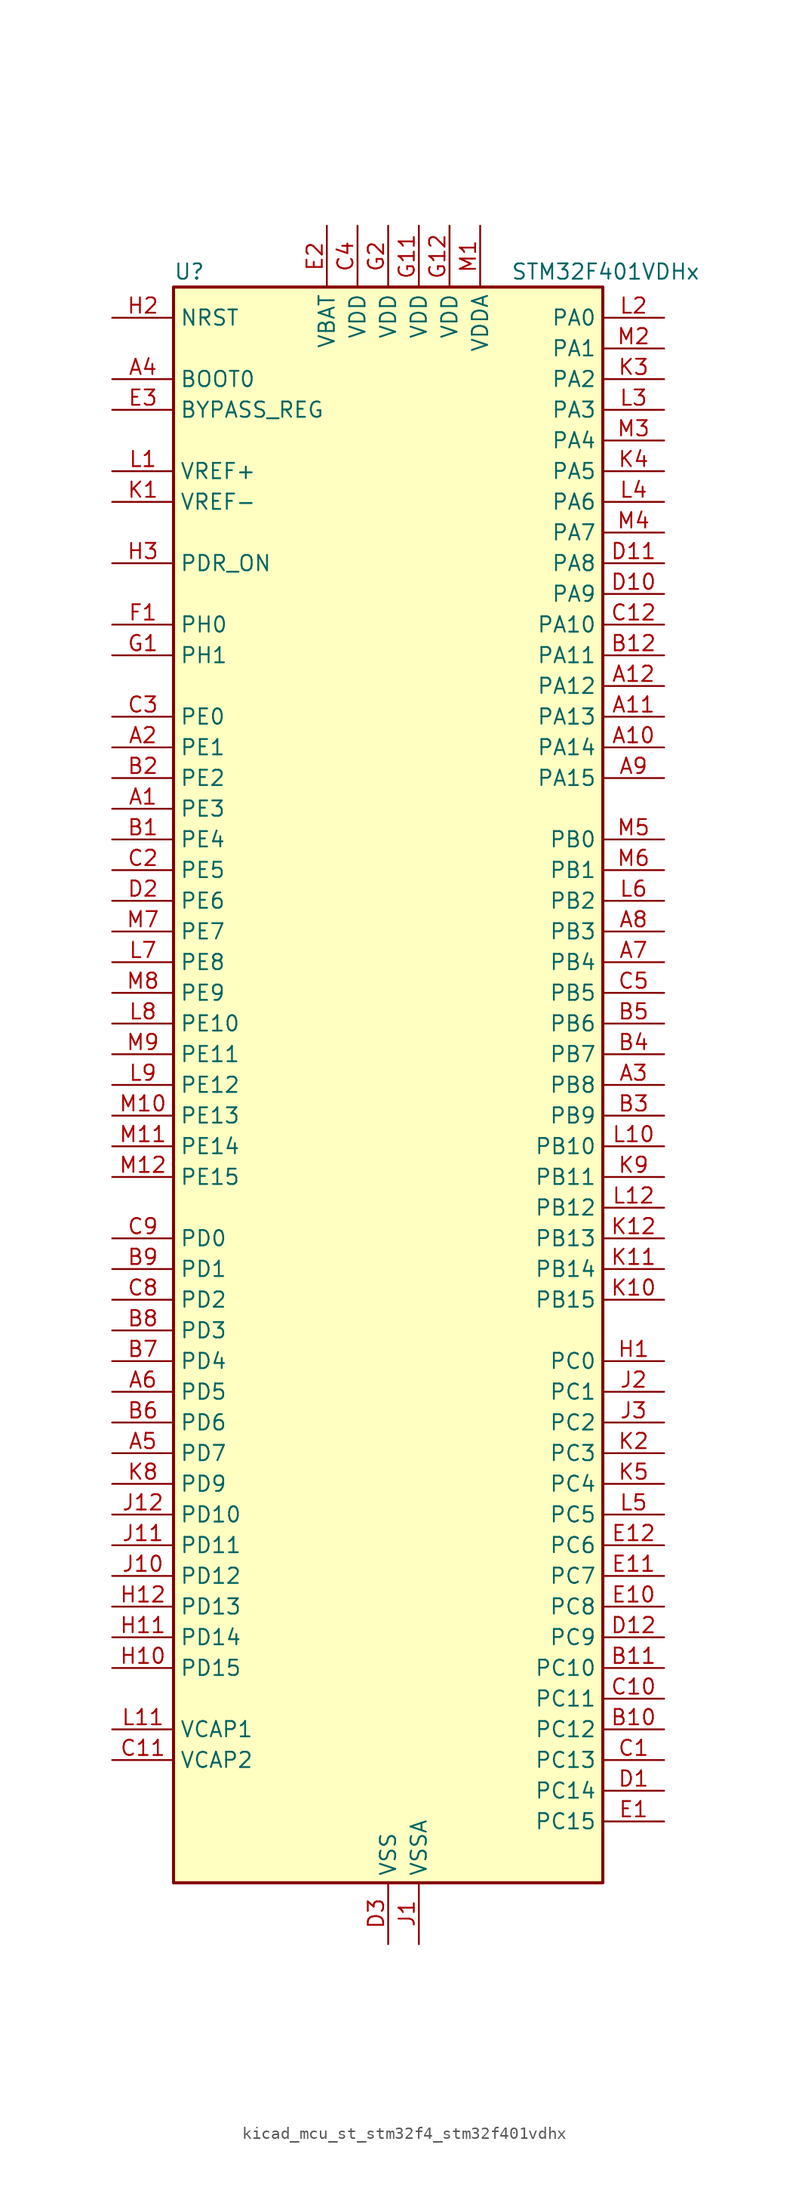
<source format=kicad_sym>
(kicad_symbol_lib
  (version 20220914)
  (generator kicad_symbol_editor)
  (symbol "kicad_mcu_st_stm32f4_stm32f401vdhx"
    (property "Reference" "U"
      (at -17.78 67.31 0)
      (effects (font (size 1.27 1.27)) (justify left)))
    (property "Value" "STM32F401VDHx"
      (at 10.16 67.31 0)
      (effects (font (size 1.27 1.27)) (justify left)))
    (property "ki_locked" ""
      (at 0 0 0)
      (effects (font (size 1.27 1.27))))
    (symbol "kicad_mcu_st_stm32f4_stm32f401vdhx_0_1"
      (rectangle (start -17.78 -66.04) (end 17.78 66.04) (stroke (width 0.254) (type default)) (fill (type background))))
    (symbol "kicad_mcu_st_stm32f4_stm32f401vdhx_1_1"
      (pin bidirectional line (at -22.86 22.86 0) (length 5.08) (name "PE3" (effects (font (size 1.27 1.27)))) (number "A1" (effects (font (size 1.27 1.27)))) (alternate "SYS_TRACED0" bidirectional line))
      (pin bidirectional line (at 22.86 27.94 180) (length 5.08) (name "PA14" (effects (font (size 1.27 1.27)))) (number "A10" (effects (font (size 1.27 1.27)))) (alternate "SYS_JTCK-SWCLK" bidirectional line))
      (pin bidirectional line (at 22.86 30.48 180) (length 5.08) (name "PA13" (effects (font (size 1.27 1.27)))) (number "A11" (effects (font (size 1.27 1.27)))) (alternate "SYS_JTMS-SWDIO" bidirectional line))
      (pin bidirectional line (at 22.86 33.02 180) (length 5.08) (name "PA12" (effects (font (size 1.27 1.27)))) (number "A12" (effects (font (size 1.27 1.27)))) (alternate "TIM1_ETR" bidirectional line) (alternate "USART1_RTS" bidirectional line) (alternate "USART6_RX" bidirectional line) (alternate "USB_OTG_FS_DP" bidirectional line))
      (pin bidirectional line (at -22.86 27.94 0) (length 5.08) (name "PE1" (effects (font (size 1.27 1.27)))) (number "A2" (effects (font (size 1.27 1.27)))))
      (pin bidirectional line (at 22.86 0 180) (length 5.08) (name "PB8" (effects (font (size 1.27 1.27)))) (number "A3" (effects (font (size 1.27 1.27)))) (alternate "I2C1_SCL" bidirectional line) (alternate "SDIO_D4" bidirectional line) (alternate "TIM10_CH1" bidirectional line) (alternate "TIM4_CH3" bidirectional line))
      (pin input line (at -22.86 58.42 0) (length 5.08) (name "BOOT0" (effects (font (size 1.27 1.27)))) (number "A4" (effects (font (size 1.27 1.27)))))
      (pin bidirectional line (at -22.86 -30.48 0) (length 5.08) (name "PD7" (effects (font (size 1.27 1.27)))) (number "A5" (effects (font (size 1.27 1.27)))) (alternate "USART2_CK" bidirectional line))
      (pin bidirectional line (at -22.86 -25.4 0) (length 5.08) (name "PD5" (effects (font (size 1.27 1.27)))) (number "A6" (effects (font (size 1.27 1.27)))) (alternate "USART2_TX" bidirectional line))
      (pin bidirectional line (at 22.86 10.16 180) (length 5.08) (name "PB4" (effects (font (size 1.27 1.27)))) (number "A7" (effects (font (size 1.27 1.27)))) (alternate "I2C3_SDA" bidirectional line) (alternate "I2S3_ext_SD" bidirectional line) (alternate "SPI1_MISO" bidirectional line) (alternate "SPI3_MISO" bidirectional line) (alternate "SYS_JTRST" bidirectional line) (alternate "TIM3_CH1" bidirectional line))
      (pin bidirectional line (at 22.86 12.7 180) (length 5.08) (name "PB3" (effects (font (size 1.27 1.27)))) (number "A8" (effects (font (size 1.27 1.27)))) (alternate "I2C2_SDA" bidirectional line) (alternate "I2S3_CK" bidirectional line) (alternate "SPI1_SCK" bidirectional line) (alternate "SPI3_SCK" bidirectional line) (alternate "SYS_JTDO-SWO" bidirectional line) (alternate "TIM2_CH2" bidirectional line))
      (pin bidirectional line (at 22.86 25.4 180) (length 5.08) (name "PA15" (effects (font (size 1.27 1.27)))) (number "A9" (effects (font (size 1.27 1.27)))) (alternate "ADC1_EXTI15" bidirectional line) (alternate "I2S3_WS" bidirectional line) (alternate "SPI1_NSS" bidirectional line) (alternate "SPI3_NSS" bidirectional line) (alternate "SYS_JTDI" bidirectional line) (alternate "TIM2_CH1" bidirectional line) (alternate "TIM2_ETR" bidirectional line))
      (pin bidirectional line (at -22.86 20.32 0) (length 5.08) (name "PE4" (effects (font (size 1.27 1.27)))) (number "B1" (effects (font (size 1.27 1.27)))) (alternate "SPI4_NSS" bidirectional line) (alternate "SYS_TRACED1" bidirectional line))
      (pin bidirectional line (at 22.86 -53.34 180) (length 5.08) (name "PC12" (effects (font (size 1.27 1.27)))) (number "B10" (effects (font (size 1.27 1.27)))) (alternate "I2S3_SD" bidirectional line) (alternate "SDIO_CK" bidirectional line) (alternate "SPI3_MOSI" bidirectional line))
      (pin bidirectional line (at 22.86 -48.26 180) (length 5.08) (name "PC10" (effects (font (size 1.27 1.27)))) (number "B11" (effects (font (size 1.27 1.27)))) (alternate "I2S3_CK" bidirectional line) (alternate "SDIO_D2" bidirectional line) (alternate "SPI3_SCK" bidirectional line))
      (pin bidirectional line (at 22.86 35.56 180) (length 5.08) (name "PA11" (effects (font (size 1.27 1.27)))) (number "B12" (effects (font (size 1.27 1.27)))) (alternate "ADC1_EXTI11" bidirectional line) (alternate "TIM1_CH4" bidirectional line) (alternate "USART1_CTS" bidirectional line) (alternate "USART6_TX" bidirectional line) (alternate "USB_OTG_FS_DM" bidirectional line))
      (pin bidirectional line (at -22.86 25.4 0) (length 5.08) (name "PE2" (effects (font (size 1.27 1.27)))) (number "B2" (effects (font (size 1.27 1.27)))) (alternate "SPI4_SCK" bidirectional line) (alternate "SYS_TRACECLK" bidirectional line))
      (pin bidirectional line (at 22.86 -2.54 180) (length 5.08) (name "PB9" (effects (font (size 1.27 1.27)))) (number "B3" (effects (font (size 1.27 1.27)))) (alternate "I2C1_SDA" bidirectional line) (alternate "I2S2_WS" bidirectional line) (alternate "SDIO_D5" bidirectional line) (alternate "SPI2_NSS" bidirectional line) (alternate "TIM11_CH1" bidirectional line) (alternate "TIM4_CH4" bidirectional line))
      (pin bidirectional line (at 22.86 2.54 180) (length 5.08) (name "PB7" (effects (font (size 1.27 1.27)))) (number "B4" (effects (font (size 1.27 1.27)))) (alternate "I2C1_SDA" bidirectional line) (alternate "TIM4_CH2" bidirectional line) (alternate "USART1_RX" bidirectional line))
      (pin bidirectional line (at 22.86 5.08 180) (length 5.08) (name "PB6" (effects (font (size 1.27 1.27)))) (number "B5" (effects (font (size 1.27 1.27)))) (alternate "I2C1_SCL" bidirectional line) (alternate "TIM4_CH1" bidirectional line) (alternate "USART1_TX" bidirectional line))
      (pin bidirectional line (at -22.86 -27.94 0) (length 5.08) (name "PD6" (effects (font (size 1.27 1.27)))) (number "B6" (effects (font (size 1.27 1.27)))) (alternate "I2S3_SD" bidirectional line) (alternate "SPI3_MOSI" bidirectional line) (alternate "USART2_RX" bidirectional line))
      (pin bidirectional line (at -22.86 -22.86 0) (length 5.08) (name "PD4" (effects (font (size 1.27 1.27)))) (number "B7" (effects (font (size 1.27 1.27)))) (alternate "USART2_RTS" bidirectional line))
      (pin bidirectional line (at -22.86 -20.32 0) (length 5.08) (name "PD3" (effects (font (size 1.27 1.27)))) (number "B8" (effects (font (size 1.27 1.27)))) (alternate "I2S2_CK" bidirectional line) (alternate "SPI2_SCK" bidirectional line) (alternate "USART2_CTS" bidirectional line))
      (pin bidirectional line (at -22.86 -15.24 0) (length 5.08) (name "PD1" (effects (font (size 1.27 1.27)))) (number "B9" (effects (font (size 1.27 1.27)))))
      (pin bidirectional line (at 22.86 -55.88 180) (length 5.08) (name "PC13" (effects (font (size 1.27 1.27)))) (number "C1" (effects (font (size 1.27 1.27)))) (alternate "RTC_AF1" bidirectional line))
      (pin bidirectional line (at 22.86 -50.8 180) (length 5.08) (name "PC11" (effects (font (size 1.27 1.27)))) (number "C10" (effects (font (size 1.27 1.27)))) (alternate "ADC1_EXTI11" bidirectional line) (alternate "I2S3_ext_SD" bidirectional line) (alternate "SDIO_D3" bidirectional line) (alternate "SPI3_MISO" bidirectional line))
      (pin power_out line (at -22.86 -55.88 0) (length 5.08) (name "VCAP2" (effects (font (size 1.27 1.27)))) (number "C11" (effects (font (size 1.27 1.27)))))
      (pin bidirectional line (at 22.86 38.1 180) (length 5.08) (name "PA10" (effects (font (size 1.27 1.27)))) (number "C12" (effects (font (size 1.27 1.27)))) (alternate "TIM1_CH3" bidirectional line) (alternate "USART1_RX" bidirectional line) (alternate "USB_OTG_FS_ID" bidirectional line))
      (pin bidirectional line (at -22.86 17.78 0) (length 5.08) (name "PE5" (effects (font (size 1.27 1.27)))) (number "C2" (effects (font (size 1.27 1.27)))) (alternate "SPI4_MISO" bidirectional line) (alternate "SYS_TRACED2" bidirectional line) (alternate "TIM9_CH1" bidirectional line))
      (pin bidirectional line (at -22.86 30.48 0) (length 5.08) (name "PE0" (effects (font (size 1.27 1.27)))) (number "C3" (effects (font (size 1.27 1.27)))) (alternate "TIM4_ETR" bidirectional line))
      (pin power_in line (at -2.54 71.12 270) (length 5.08) (name "VDD" (effects (font (size 1.27 1.27)))) (number "C4" (effects (font (size 1.27 1.27)))))
      (pin bidirectional line (at 22.86 7.62 180) (length 5.08) (name "PB5" (effects (font (size 1.27 1.27)))) (number "C5" (effects (font (size 1.27 1.27)))) (alternate "I2C1_SMBA" bidirectional line) (alternate "I2S3_SD" bidirectional line) (alternate "SPI1_MOSI" bidirectional line) (alternate "SPI3_MOSI" bidirectional line) (alternate "TIM3_CH2" bidirectional line))
      (pin bidirectional line (at -22.86 -17.78 0) (length 5.08) (name "PD2" (effects (font (size 1.27 1.27)))) (number "C8" (effects (font (size 1.27 1.27)))) (alternate "SDIO_CMD" bidirectional line) (alternate "TIM3_ETR" bidirectional line))
      (pin bidirectional line (at -22.86 -12.7 0) (length 5.08) (name "PD0" (effects (font (size 1.27 1.27)))) (number "C9" (effects (font (size 1.27 1.27)))))
      (pin bidirectional line (at 22.86 -58.42 180) (length 5.08) (name "PC14" (effects (font (size 1.27 1.27)))) (number "D1" (effects (font (size 1.27 1.27)))) (alternate "RCC_OSC32_IN" bidirectional line))
      (pin bidirectional line (at 22.86 40.64 180) (length 5.08) (name "PA9" (effects (font (size 1.27 1.27)))) (number "D10" (effects (font (size 1.27 1.27)))) (alternate "I2C3_SMBA" bidirectional line) (alternate "TIM1_CH2" bidirectional line) (alternate "USART1_TX" bidirectional line) (alternate "USB_OTG_FS_VBUS" bidirectional line))
      (pin bidirectional line (at 22.86 43.18 180) (length 5.08) (name "PA8" (effects (font (size 1.27 1.27)))) (number "D11" (effects (font (size 1.27 1.27)))) (alternate "I2C3_SCL" bidirectional line) (alternate "RCC_MCO_1" bidirectional line) (alternate "TIM1_CH1" bidirectional line) (alternate "USART1_CK" bidirectional line) (alternate "USB_OTG_FS_SOF" bidirectional line))
      (pin bidirectional line (at 22.86 -45.72 180) (length 5.08) (name "PC9" (effects (font (size 1.27 1.27)))) (number "D12" (effects (font (size 1.27 1.27)))) (alternate "I2C3_SDA" bidirectional line) (alternate "I2S_CKIN" bidirectional line) (alternate "RCC_MCO_2" bidirectional line) (alternate "SDIO_D1" bidirectional line) (alternate "TIM3_CH4" bidirectional line))
      (pin bidirectional line (at -22.86 15.24 0) (length 5.08) (name "PE6" (effects (font (size 1.27 1.27)))) (number "D2" (effects (font (size 1.27 1.27)))) (alternate "SPI4_MOSI" bidirectional line) (alternate "SYS_TRACED3" bidirectional line) (alternate "TIM9_CH2" bidirectional line))
      (pin power_in line (at 0 -71.12 90) (length 5.08) (name "VSS" (effects (font (size 1.27 1.27)))) (number "D3" (effects (font (size 1.27 1.27)))))
      (pin bidirectional line (at 22.86 -60.96 180) (length 5.08) (name "PC15" (effects (font (size 1.27 1.27)))) (number "E1" (effects (font (size 1.27 1.27)))) (alternate "ADC1_EXTI15" bidirectional line) (alternate "RCC_OSC32_OUT" bidirectional line))
      (pin bidirectional line (at 22.86 -43.18 180) (length 5.08) (name "PC8" (effects (font (size 1.27 1.27)))) (number "E10" (effects (font (size 1.27 1.27)))) (alternate "SDIO_D0" bidirectional line) (alternate "TIM3_CH3" bidirectional line) (alternate "USART6_CK" bidirectional line))
      (pin bidirectional line (at 22.86 -40.64 180) (length 5.08) (name "PC7" (effects (font (size 1.27 1.27)))) (number "E11" (effects (font (size 1.27 1.27)))) (alternate "I2S3_MCK" bidirectional line) (alternate "SDIO_D7" bidirectional line) (alternate "TIM3_CH2" bidirectional line) (alternate "USART6_RX" bidirectional line))
      (pin bidirectional line (at 22.86 -38.1 180) (length 5.08) (name "PC6" (effects (font (size 1.27 1.27)))) (number "E12" (effects (font (size 1.27 1.27)))) (alternate "I2S2_MCK" bidirectional line) (alternate "SDIO_D6" bidirectional line) (alternate "TIM3_CH1" bidirectional line) (alternate "USART6_TX" bidirectional line))
      (pin power_in line (at -5.08 71.12 270) (length 5.08) (name "VBAT" (effects (font (size 1.27 1.27)))) (number "E2" (effects (font (size 1.27 1.27)))))
      (pin input line (at -22.86 55.88 0) (length 5.08) (name "BYPASS_REG" (effects (font (size 1.27 1.27)))) (number "E3" (effects (font (size 1.27 1.27)))))
      (pin bidirectional line (at -22.86 38.1 0) (length 5.08) (name "PH0" (effects (font (size 1.27 1.27)))) (number "F1" (effects (font (size 1.27 1.27)))) (alternate "RCC_OSC_IN" bidirectional line))
      (pin passive line (at 0 -71.12 90) (length 5.08) hide (name "VSS" (effects (font (size 1.27 1.27)))) (number "F11" (effects (font (size 1.27 1.27)))))
      (pin passive line (at 0 -71.12 90) (length 5.08) hide (name "VSS" (effects (font (size 1.27 1.27)))) (number "F12" (effects (font (size 1.27 1.27)))))
      (pin passive line (at 0 -71.12 90) (length 5.08) hide (name "VSS" (effects (font (size 1.27 1.27)))) (number "F2" (effects (font (size 1.27 1.27)))))
      (pin bidirectional line (at -22.86 35.56 0) (length 5.08) (name "PH1" (effects (font (size 1.27 1.27)))) (number "G1" (effects (font (size 1.27 1.27)))) (alternate "RCC_OSC_OUT" bidirectional line))
      (pin power_in line (at 2.54 71.12 270) (length 5.08) (name "VDD" (effects (font (size 1.27 1.27)))) (number "G11" (effects (font (size 1.27 1.27)))))
      (pin power_in line (at 5.08 71.12 270) (length 5.08) (name "VDD" (effects (font (size 1.27 1.27)))) (number "G12" (effects (font (size 1.27 1.27)))))
      (pin power_in line (at 0 71.12 270) (length 5.08) (name "VDD" (effects (font (size 1.27 1.27)))) (number "G2" (effects (font (size 1.27 1.27)))))
      (pin bidirectional line (at 22.86 -22.86 180) (length 5.08) (name "PC0" (effects (font (size 1.27 1.27)))) (number "H1" (effects (font (size 1.27 1.27)))) (alternate "ADC1_IN10" bidirectional line))
      (pin bidirectional line (at -22.86 -48.26 0) (length 5.08) (name "PD15" (effects (font (size 1.27 1.27)))) (number "H10" (effects (font (size 1.27 1.27)))) (alternate "ADC1_EXTI15" bidirectional line) (alternate "TIM4_CH4" bidirectional line))
      (pin bidirectional line (at -22.86 -45.72 0) (length 5.08) (name "PD14" (effects (font (size 1.27 1.27)))) (number "H11" (effects (font (size 1.27 1.27)))) (alternate "TIM4_CH3" bidirectional line))
      (pin bidirectional line (at -22.86 -43.18 0) (length 5.08) (name "PD13" (effects (font (size 1.27 1.27)))) (number "H12" (effects (font (size 1.27 1.27)))) (alternate "TIM4_CH2" bidirectional line))
      (pin input line (at -22.86 63.5 0) (length 5.08) (name "NRST" (effects (font (size 1.27 1.27)))) (number "H2" (effects (font (size 1.27 1.27)))))
      (pin input line (at -22.86 43.18 0) (length 5.08) (name "PDR_ON" (effects (font (size 1.27 1.27)))) (number "H3" (effects (font (size 1.27 1.27)))))
      (pin power_in line (at 2.54 -71.12 90) (length 5.08) (name "VSSA" (effects (font (size 1.27 1.27)))) (number "J1" (effects (font (size 1.27 1.27)))))
      (pin bidirectional line (at -22.86 -40.64 0) (length 5.08) (name "PD12" (effects (font (size 1.27 1.27)))) (number "J10" (effects (font (size 1.27 1.27)))) (alternate "TIM4_CH1" bidirectional line))
      (pin bidirectional line (at -22.86 -38.1 0) (length 5.08) (name "PD11" (effects (font (size 1.27 1.27)))) (number "J11" (effects (font (size 1.27 1.27)))) (alternate "ADC1_EXTI11" bidirectional line))
      (pin bidirectional line (at -22.86 -35.56 0) (length 5.08) (name "PD10" (effects (font (size 1.27 1.27)))) (number "J12" (effects (font (size 1.27 1.27)))))
      (pin bidirectional line (at 22.86 -25.4 180) (length 5.08) (name "PC1" (effects (font (size 1.27 1.27)))) (number "J2" (effects (font (size 1.27 1.27)))) (alternate "ADC1_IN11" bidirectional line))
      (pin bidirectional line (at 22.86 -27.94 180) (length 5.08) (name "PC2" (effects (font (size 1.27 1.27)))) (number "J3" (effects (font (size 1.27 1.27)))) (alternate "ADC1_IN12" bidirectional line) (alternate "I2S2_ext_SD" bidirectional line) (alternate "SPI2_MISO" bidirectional line))
      (pin input line (at -22.86 48.26 0) (length 5.08) (name "VREF-" (effects (font (size 1.27 1.27)))) (number "K1" (effects (font (size 1.27 1.27)))))
      (pin bidirectional line (at 22.86 -17.78 180) (length 5.08) (name "PB15" (effects (font (size 1.27 1.27)))) (number "K10" (effects (font (size 1.27 1.27)))) (alternate "ADC1_EXTI15" bidirectional line) (alternate "I2S2_SD" bidirectional line) (alternate "RTC_REFIN" bidirectional line) (alternate "SPI2_MOSI" bidirectional line) (alternate "TIM1_CH3N" bidirectional line))
      (pin bidirectional line (at 22.86 -15.24 180) (length 5.08) (name "PB14" (effects (font (size 1.27 1.27)))) (number "K11" (effects (font (size 1.27 1.27)))) (alternate "I2S2_ext_SD" bidirectional line) (alternate "SPI2_MISO" bidirectional line) (alternate "TIM1_CH2N" bidirectional line))
      (pin bidirectional line (at 22.86 -12.7 180) (length 5.08) (name "PB13" (effects (font (size 1.27 1.27)))) (number "K12" (effects (font (size 1.27 1.27)))) (alternate "I2S2_CK" bidirectional line) (alternate "SPI2_SCK" bidirectional line) (alternate "TIM1_CH1N" bidirectional line))
      (pin bidirectional line (at 22.86 -30.48 180) (length 5.08) (name "PC3" (effects (font (size 1.27 1.27)))) (number "K2" (effects (font (size 1.27 1.27)))) (alternate "ADC1_IN13" bidirectional line) (alternate "I2S2_SD" bidirectional line) (alternate "SPI2_MOSI" bidirectional line))
      (pin bidirectional line (at 22.86 58.42 180) (length 5.08) (name "PA2" (effects (font (size 1.27 1.27)))) (number "K3" (effects (font (size 1.27 1.27)))) (alternate "ADC1_IN2" bidirectional line) (alternate "TIM2_CH3" bidirectional line) (alternate "TIM5_CH3" bidirectional line) (alternate "TIM9_CH1" bidirectional line) (alternate "USART2_TX" bidirectional line))
      (pin bidirectional line (at 22.86 50.8 180) (length 5.08) (name "PA5" (effects (font (size 1.27 1.27)))) (number "K4" (effects (font (size 1.27 1.27)))) (alternate "ADC1_IN5" bidirectional line) (alternate "SPI1_SCK" bidirectional line) (alternate "TIM2_CH1" bidirectional line) (alternate "TIM2_ETR" bidirectional line))
      (pin bidirectional line (at 22.86 -33.02 180) (length 5.08) (name "PC4" (effects (font (size 1.27 1.27)))) (number "K5" (effects (font (size 1.27 1.27)))) (alternate "ADC1_IN14" bidirectional line))
      (pin bidirectional line (at -22.86 -33.02 0) (length 5.08) (name "PD9" (effects (font (size 1.27 1.27)))) (number "K8" (effects (font (size 1.27 1.27)))))
      (pin bidirectional line (at 22.86 -7.62 180) (length 5.08) (name "PB11" (effects (font (size 1.27 1.27)))) (number "K9" (effects (font (size 1.27 1.27)))) (alternate "ADC1_EXTI11" bidirectional line) (alternate "I2C2_SDA" bidirectional line) (alternate "TIM2_CH4" bidirectional line))
      (pin input line (at -22.86 50.8 0) (length 5.08) (name "VREF+" (effects (font (size 1.27 1.27)))) (number "L1" (effects (font (size 1.27 1.27)))))
      (pin bidirectional line (at 22.86 -5.08 180) (length 5.08) (name "PB10" (effects (font (size 1.27 1.27)))) (number "L10" (effects (font (size 1.27 1.27)))) (alternate "I2C2_SCL" bidirectional line) (alternate "I2S2_CK" bidirectional line) (alternate "SPI2_SCK" bidirectional line) (alternate "TIM2_CH3" bidirectional line))
      (pin power_out line (at -22.86 -53.34 0) (length 5.08) (name "VCAP1" (effects (font (size 1.27 1.27)))) (number "L11" (effects (font (size 1.27 1.27)))))
      (pin bidirectional line (at 22.86 -10.16 180) (length 5.08) (name "PB12" (effects (font (size 1.27 1.27)))) (number "L12" (effects (font (size 1.27 1.27)))) (alternate "I2C2_SMBA" bidirectional line) (alternate "I2S2_WS" bidirectional line) (alternate "SPI2_NSS" bidirectional line) (alternate "TIM1_BKIN" bidirectional line))
      (pin bidirectional line (at 22.86 63.5 180) (length 5.08) (name "PA0" (effects (font (size 1.27 1.27)))) (number "L2" (effects (font (size 1.27 1.27)))) (alternate "ADC1_IN0" bidirectional line) (alternate "SYS_WKUP" bidirectional line) (alternate "TIM2_CH1" bidirectional line) (alternate "TIM2_ETR" bidirectional line) (alternate "TIM5_CH1" bidirectional line) (alternate "USART2_CTS" bidirectional line))
      (pin bidirectional line (at 22.86 55.88 180) (length 5.08) (name "PA3" (effects (font (size 1.27 1.27)))) (number "L3" (effects (font (size 1.27 1.27)))) (alternate "ADC1_IN3" bidirectional line) (alternate "TIM2_CH4" bidirectional line) (alternate "TIM5_CH4" bidirectional line) (alternate "TIM9_CH2" bidirectional line) (alternate "USART2_RX" bidirectional line))
      (pin bidirectional line (at 22.86 48.26 180) (length 5.08) (name "PA6" (effects (font (size 1.27 1.27)))) (number "L4" (effects (font (size 1.27 1.27)))) (alternate "ADC1_IN6" bidirectional line) (alternate "SPI1_MISO" bidirectional line) (alternate "TIM1_BKIN" bidirectional line) (alternate "TIM3_CH1" bidirectional line))
      (pin bidirectional line (at 22.86 -35.56 180) (length 5.08) (name "PC5" (effects (font (size 1.27 1.27)))) (number "L5" (effects (font (size 1.27 1.27)))) (alternate "ADC1_IN15" bidirectional line))
      (pin bidirectional line (at 22.86 15.24 180) (length 5.08) (name "PB2" (effects (font (size 1.27 1.27)))) (number "L6" (effects (font (size 1.27 1.27)))))
      (pin bidirectional line (at -22.86 10.16 0) (length 5.08) (name "PE8" (effects (font (size 1.27 1.27)))) (number "L7" (effects (font (size 1.27 1.27)))) (alternate "TIM1_CH1N" bidirectional line))
      (pin bidirectional line (at -22.86 5.08 0) (length 5.08) (name "PE10" (effects (font (size 1.27 1.27)))) (number "L8" (effects (font (size 1.27 1.27)))) (alternate "TIM1_CH2N" bidirectional line))
      (pin bidirectional line (at -22.86 0 0) (length 5.08) (name "PE12" (effects (font (size 1.27 1.27)))) (number "L9" (effects (font (size 1.27 1.27)))) (alternate "SPI4_SCK" bidirectional line) (alternate "TIM1_CH3N" bidirectional line))
      (pin power_in line (at 7.62 71.12 270) (length 5.08) (name "VDDA" (effects (font (size 1.27 1.27)))) (number "M1" (effects (font (size 1.27 1.27)))))
      (pin bidirectional line (at -22.86 -2.54 0) (length 5.08) (name "PE13" (effects (font (size 1.27 1.27)))) (number "M10" (effects (font (size 1.27 1.27)))) (alternate "SPI4_MISO" bidirectional line) (alternate "TIM1_CH3" bidirectional line))
      (pin bidirectional line (at -22.86 -5.08 0) (length 5.08) (name "PE14" (effects (font (size 1.27 1.27)))) (number "M11" (effects (font (size 1.27 1.27)))) (alternate "SPI4_MOSI" bidirectional line) (alternate "TIM1_CH4" bidirectional line))
      (pin bidirectional line (at -22.86 -7.62 0) (length 5.08) (name "PE15" (effects (font (size 1.27 1.27)))) (number "M12" (effects (font (size 1.27 1.27)))) (alternate "ADC1_EXTI15" bidirectional line) (alternate "TIM1_BKIN" bidirectional line))
      (pin bidirectional line (at 22.86 60.96 180) (length 5.08) (name "PA1" (effects (font (size 1.27 1.27)))) (number "M2" (effects (font (size 1.27 1.27)))) (alternate "ADC1_IN1" bidirectional line) (alternate "TIM2_CH2" bidirectional line) (alternate "TIM5_CH2" bidirectional line) (alternate "USART2_RTS" bidirectional line))
      (pin bidirectional line (at 22.86 53.34 180) (length 5.08) (name "PA4" (effects (font (size 1.27 1.27)))) (number "M3" (effects (font (size 1.27 1.27)))) (alternate "ADC1_IN4" bidirectional line) (alternate "I2S3_WS" bidirectional line) (alternate "SPI1_NSS" bidirectional line) (alternate "SPI3_NSS" bidirectional line) (alternate "USART2_CK" bidirectional line))
      (pin bidirectional line (at 22.86 45.72 180) (length 5.08) (name "PA7" (effects (font (size 1.27 1.27)))) (number "M4" (effects (font (size 1.27 1.27)))) (alternate "ADC1_IN7" bidirectional line) (alternate "SPI1_MOSI" bidirectional line) (alternate "TIM1_CH1N" bidirectional line) (alternate "TIM3_CH2" bidirectional line))
      (pin bidirectional line (at 22.86 20.32 180) (length 5.08) (name "PB0" (effects (font (size 1.27 1.27)))) (number "M5" (effects (font (size 1.27 1.27)))) (alternate "ADC1_IN8" bidirectional line) (alternate "TIM1_CH2N" bidirectional line) (alternate "TIM3_CH3" bidirectional line))
      (pin bidirectional line (at 22.86 17.78 180) (length 5.08) (name "PB1" (effects (font (size 1.27 1.27)))) (number "M6" (effects (font (size 1.27 1.27)))) (alternate "ADC1_IN9" bidirectional line) (alternate "TIM1_CH3N" bidirectional line) (alternate "TIM3_CH4" bidirectional line))
      (pin bidirectional line (at -22.86 12.7 0) (length 5.08) (name "PE7" (effects (font (size 1.27 1.27)))) (number "M7" (effects (font (size 1.27 1.27)))) (alternate "TIM1_ETR" bidirectional line))
      (pin bidirectional line (at -22.86 7.62 0) (length 5.08) (name "PE9" (effects (font (size 1.27 1.27)))) (number "M8" (effects (font (size 1.27 1.27)))) (alternate "TIM1_CH1" bidirectional line))
      (pin bidirectional line (at -22.86 2.54 0) (length 5.08) (name "PE11" (effects (font (size 1.27 1.27)))) (number "M9" (effects (font (size 1.27 1.27)))) (alternate "ADC1_EXTI11" bidirectional line) (alternate "SPI4_NSS" bidirectional line) (alternate "TIM1_CH2" bidirectional line)))))
</source>
